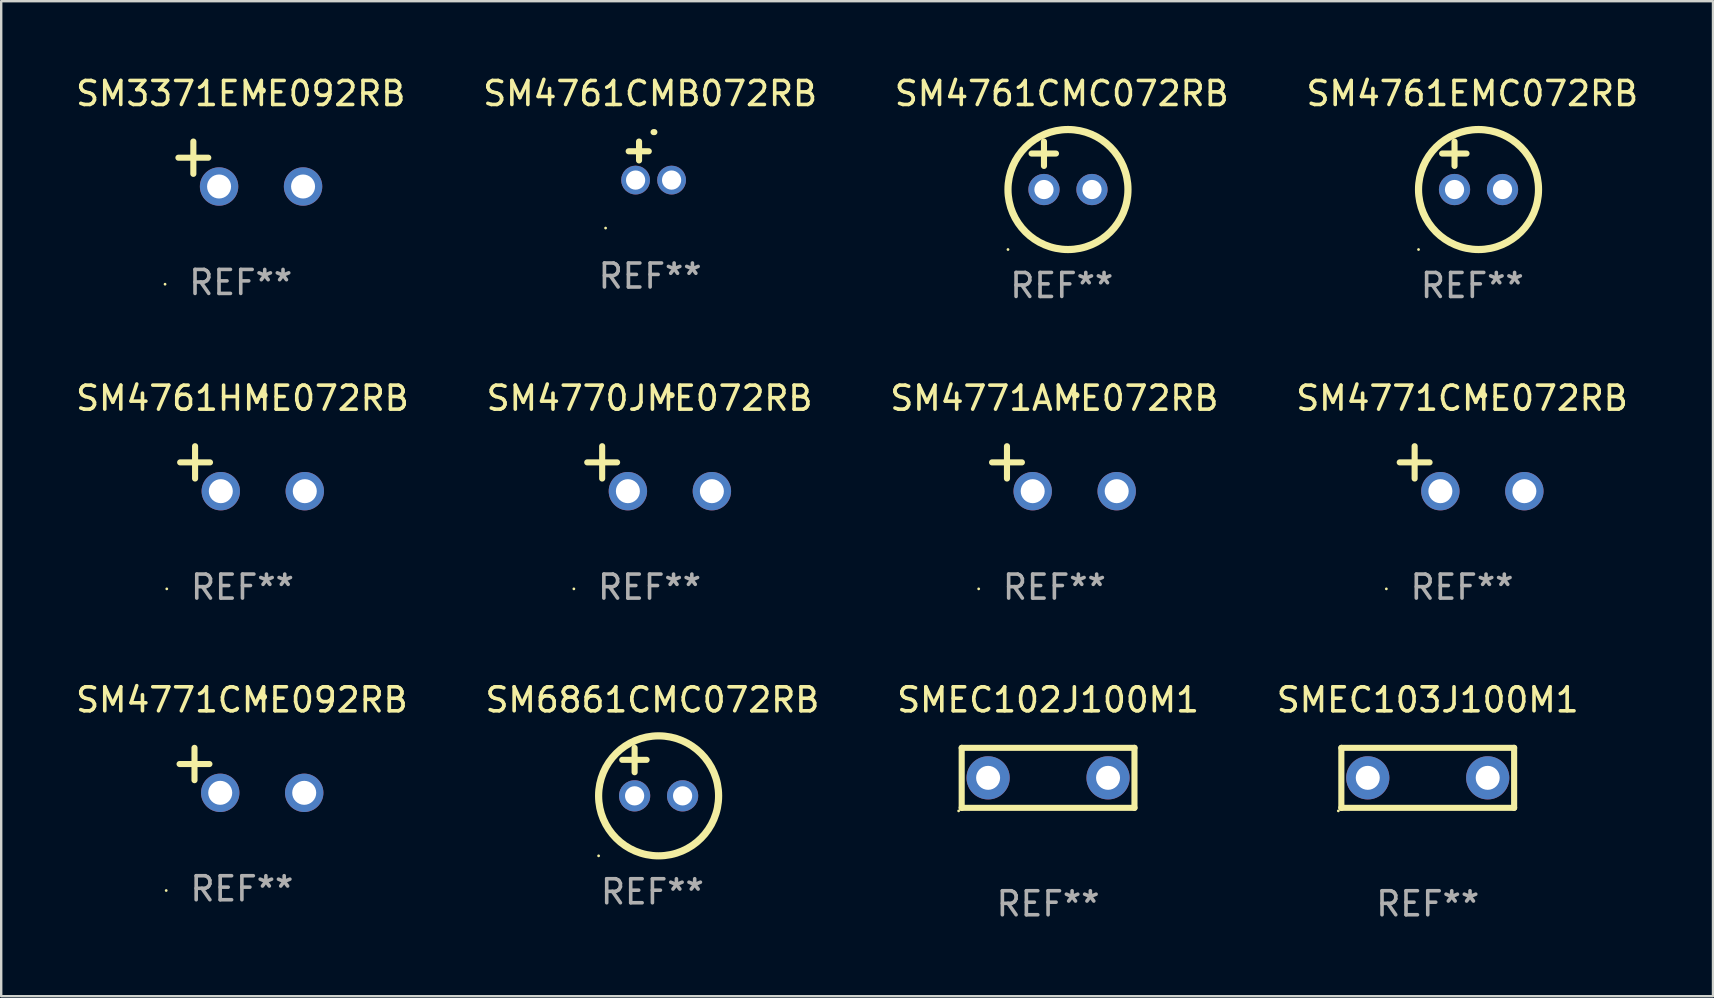
<source format=kicad_pcb>
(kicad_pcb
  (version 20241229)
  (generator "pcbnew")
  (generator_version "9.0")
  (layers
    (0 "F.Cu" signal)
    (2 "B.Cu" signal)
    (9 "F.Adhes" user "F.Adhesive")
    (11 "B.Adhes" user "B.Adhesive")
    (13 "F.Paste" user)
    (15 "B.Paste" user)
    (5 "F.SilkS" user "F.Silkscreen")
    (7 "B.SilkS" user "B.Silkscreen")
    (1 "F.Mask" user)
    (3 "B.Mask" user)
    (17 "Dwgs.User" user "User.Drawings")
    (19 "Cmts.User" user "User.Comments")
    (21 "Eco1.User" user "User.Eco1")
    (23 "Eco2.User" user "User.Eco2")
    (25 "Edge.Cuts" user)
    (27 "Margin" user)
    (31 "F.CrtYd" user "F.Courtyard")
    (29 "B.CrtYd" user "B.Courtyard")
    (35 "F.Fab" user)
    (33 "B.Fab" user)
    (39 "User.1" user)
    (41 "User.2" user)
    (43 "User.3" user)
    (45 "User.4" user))
  (footprint "SM4761EMC072RB"
    (layer "F.Cu")
    (at 58.304 3.848)
    (property "Reference" "SM4761EMC072RB" (at 0 -3 0) (layer "F.SilkS") (effects (font (size 1 1) (thickness 0.15))))
    (attr through_hole)
    (fp_line (start -1.258 -0.5) (end -0.242 -0.5) (stroke (width 0.254) (type solid)) (layer "F.SilkS"))
    (fp_line (start -0.742 -1) (end -0.742 0.016) (stroke (width 0.254) (type solid)) (layer "F.SilkS"))
    (fp_circle (center -2.242 3.5) (end -2.212 3.5) (stroke (width 0.06) (type solid)) (fill no) (layer "F.SilkS"))
    (fp_circle (center 0.258 1) (end 2.758 1) (stroke (width 0.3) (type solid)) (fill no) (layer "F.SilkS"))
    (fp_text user "REF**" (at 0 5 0) (layer "F.Fab") (effects (font (size 1 1) (thickness 0.15))))
    (pad "1" thru_hole circle (at -0.742 1) (size 1.3 1.3) (drill 0.8) (layers "*.Cu" "*.Mask"))
    (pad "2" thru_hole circle (at 1.258 1) (size 1.3 1.3) (drill 0.8) (layers "*.Cu" "*.Mask")))
  (footprint "SMEC103J100M1"
    (layer "F.Cu")
    (at 56.446 29.364)
    (property "Reference" "SMEC103J100M1" (at 0 -3.25 0) (layer "F.SilkS") (effects (font (size 1 1) (thickness 0.15))))
    (attr through_hole)
    (fp_line (start -3.6 -1.25) (end 3.6 -1.25) (stroke (width 0.254) (type solid)) (layer "F.SilkS"))
    (fp_line (start -3.6 1.25) (end -3.6 -1.25) (stroke (width 0.254) (type solid)) (layer "F.SilkS"))
    (fp_line (start -3.6 1.25) (end 3.6 1.25) (stroke (width 0.254) (type solid)) (layer "F.SilkS"))
    (fp_line (start 3.6 -1.25) (end 3.6 1.25) (stroke (width 0.254) (type solid)) (layer "F.SilkS"))
    (fp_circle (center -3.727 1.377) (end -3.697 1.377) (stroke (width 0.06) (type solid)) (fill no) (layer "F.SilkS"))
    (fp_text user "REF**" (at 0 5.25 0) (layer "F.Fab") (effects (font (size 1 1) (thickness 0.15))))
    (pad "1" thru_hole circle (at -2.499 -0.000013) (size 1.8 1.8) (drill 1) (layers "*.Cu" "*.Mask"))
    (pad "2" thru_hole circle (at 2.499 -0.000013) (size 1.8 1.8) (drill 1) (layers "*.Cu" "*.Mask")))
  (footprint "SM4771CME072RB"
    (layer "F.Cu")
    (at 57.875 16.481)
    (property "Reference" "SM4771CME072RB" (at 0 -2.937 0) (layer "F.SilkS") (effects (font (size 1 1) (thickness 0.15))))
    (attr through_hole)
    (fp_line (start -1.975 0.41) (end -1.975 -0.937) (stroke (width 0.254) (type solid)) (layer "F.SilkS"))
    (fp_line (start -1.353 -0.263) (end -2.597 -0.263) (stroke (width 0.254) (type solid)) (layer "F.SilkS"))
    (fp_arc (start 0.849809 -3.063957) (mid 0.885369 -3.064114) (end 0.920929 -3.063957) (stroke (width 0.254001) (type solid)) (layer "F.SilkS"))
    (fp_circle (center -3.154 5.008) (end -3.124 5.008) (stroke (width 0.06) (type solid)) (fill no) (layer "F.SilkS"))
    (fp_text user "REF**" (at 0 4.937 0) (layer "F.Fab") (effects (font (size 1 1) (thickness 0.15))))
    (pad "1" thru_hole circle (at -0.903 0.937) (size 1.6 1.6) (drill 1) (layers "*.Cu" "*.Mask"))
    (pad "2" thru_hole circle (at 2.597 0.937) (size 1.6 1.6) (drill 1) (layers "*.Cu" "*.Mask")))
  (footprint "SM4761CMC072RB"
    (layer "F.Cu")
    (at 41.196 3.848)
    (property "Reference" "SM4761CMC072RB" (at 0 -3 0) (layer "F.SilkS") (effects (font (size 1 1) (thickness 0.15))))
    (attr through_hole)
    (fp_line (start -1.258 -0.5) (end -0.242 -0.5) (stroke (width 0.254) (type solid)) (layer "F.SilkS"))
    (fp_line (start -0.742 -1) (end -0.742 0.016) (stroke (width 0.254) (type solid)) (layer "F.SilkS"))
    (fp_circle (center -2.242 3.5) (end -2.212 3.5) (stroke (width 0.06) (type solid)) (fill no) (layer "F.SilkS"))
    (fp_circle (center 0.258 1) (end 2.758 1) (stroke (width 0.3) (type solid)) (fill no) (layer "F.SilkS"))
    (fp_text user "REF**" (at 0 5 0) (layer "F.Fab") (effects (font (size 1 1) (thickness 0.15))))
    (pad "1" thru_hole circle (at -0.742 1) (size 1.3 1.3) (drill 0.8) (layers "*.Cu" "*.Mask"))
    (pad "2" thru_hole circle (at 1.258 1) (size 1.3 1.3) (drill 0.8) (layers "*.Cu" "*.Mask")))
  (footprint "SMEC102J100M1"
    (layer "F.Cu")
    (at 40.625 29.364)
    (property "Reference" "SMEC102J100M1" (at 0 -3.25 0) (layer "F.SilkS") (effects (font (size 1 1) (thickness 0.15))))
    (attr through_hole)
    (fp_line (start -3.6 -1.25) (end 3.6 -1.25) (stroke (width 0.254) (type solid)) (layer "F.SilkS"))
    (fp_line (start -3.6 1.25) (end -3.6 -1.25) (stroke (width 0.254) (type solid)) (layer "F.SilkS"))
    (fp_line (start -3.6 1.25) (end 3.6 1.25) (stroke (width 0.254) (type solid)) (layer "F.SilkS"))
    (fp_line (start 3.6 -1.25) (end 3.6 1.25) (stroke (width 0.254) (type solid)) (layer "F.SilkS"))
    (fp_circle (center -3.727 1.377) (end -3.697 1.377) (stroke (width 0.06) (type solid)) (fill no) (layer "F.SilkS"))
    (fp_text user "REF**" (at 0 5.25 0) (layer "F.Fab") (effects (font (size 1 1) (thickness 0.15))))
    (pad "1" thru_hole circle (at -2.499 -0.000013) (size 1.8 1.8) (drill 1) (layers "*.Cu" "*.Mask"))
    (pad "2" thru_hole circle (at 2.499 -0.000013) (size 1.8 1.8) (drill 1) (layers "*.Cu" "*.Mask")))
  (footprint "SM4770JME072RB"
    (layer "F.Cu")
    (at 24.018 16.481)
    (property "Reference" "SM4770JME072RB" (at 0 -2.937 0) (layer "F.SilkS") (effects (font (size 1 1) (thickness 0.15))))
    (attr through_hole)
    (fp_line (start -1.975 0.41) (end -1.975 -0.937) (stroke (width 0.254) (type solid)) (layer "F.SilkS"))
    (fp_line (start -1.353 -0.263) (end -2.597 -0.263) (stroke (width 0.254) (type solid)) (layer "F.SilkS"))
    (fp_arc (start 0.849809 -3.063957) (mid 0.885369 -3.064114) (end 0.920929 -3.063957) (stroke (width 0.254001) (type solid)) (layer "F.SilkS"))
    (fp_circle (center -3.154 5.008) (end -3.124 5.008) (stroke (width 0.06) (type solid)) (fill no) (layer "F.SilkS"))
    (fp_text user "REF**" (at 0 4.937 0) (layer "F.Fab") (effects (font (size 1 1) (thickness 0.15))))
    (pad "1" thru_hole circle (at -0.903 0.937) (size 1.6 1.6) (drill 1) (layers "*.Cu" "*.Mask"))
    (pad "2" thru_hole circle (at 2.597 0.937) (size 1.6 1.6) (drill 1) (layers "*.Cu" "*.Mask")))
  (footprint "SM6861CMC072RB"
    (layer "F.Cu")
    (at 24.137 29.114)
    (property "Reference" "SM6861CMC072RB" (at 0 -3 0) (layer "F.SilkS") (effects (font (size 1 1) (thickness 0.15))))
    (attr through_hole)
    (fp_line (start -1.258 -0.5) (end -0.242 -0.5) (stroke (width 0.254) (type solid)) (layer "F.SilkS"))
    (fp_line (start -0.742 -1) (end -0.742 0.016) (stroke (width 0.254) (type solid)) (layer "F.SilkS"))
    (fp_circle (center -2.242 3.5) (end -2.212 3.5) (stroke (width 0.06) (type solid)) (fill no) (layer "F.SilkS"))
    (fp_circle (center 0.258 1) (end 2.758 1) (stroke (width 0.3) (type solid)) (fill no) (layer "F.SilkS"))
    (fp_text user "REF**" (at 0 5 0) (layer "F.Fab") (effects (font (size 1 1) (thickness 0.15))))
    (pad "1" thru_hole circle (at -0.742 1) (size 1.3 1.3) (drill 0.8) (layers "*.Cu" "*.Mask"))
    (pad "2" thru_hole circle (at 1.258 1) (size 1.3 1.3) (drill 0.8) (layers "*.Cu" "*.Mask")))
  (footprint "SM3371EME092RB"
    (layer "F.Cu")
    (at 6.982 3.785)
    (property "Reference" "SM3371EME092RB" (at 0 -2.937 0) (layer "F.SilkS") (effects (font (size 1 1) (thickness 0.15))))
    (attr through_hole)
    (fp_line (start -1.975 0.41) (end -1.975 -0.937) (stroke (width 0.254) (type solid)) (layer "F.SilkS"))
    (fp_line (start -1.353 -0.263) (end -2.597 -0.263) (stroke (width 0.254) (type solid)) (layer "F.SilkS"))
    (fp_arc (start 0.849809 -3.063957) (mid 0.885369 -3.064114) (end 0.920929 -3.063957) (stroke (width 0.254001) (type solid)) (layer "F.SilkS"))
    (fp_circle (center -3.154 5.008) (end -3.124 5.008) (stroke (width 0.06) (type solid)) (fill no) (layer "F.SilkS"))
    (fp_text user "REF**" (at 0 4.937 0) (layer "F.Fab") (effects (font (size 1 1) (thickness 0.15))))
    (pad "1" thru_hole circle (at -0.903 0.937) (size 1.6 1.6) (drill 1) (layers "*.Cu" "*.Mask"))
    (pad "2" thru_hole circle (at 2.597 0.937) (size 1.6 1.6) (drill 1) (layers "*.Cu" "*.Mask")))
  (footprint "SM4771CME092RB"
    (layer "F.Cu")
    (at 7.03 29.051)
    (property "Reference" "SM4771CME092RB" (at 0 -2.937 0) (layer "F.SilkS") (effects (font (size 1 1) (thickness 0.15))))
    (attr through_hole)
    (fp_line (start -1.975 0.41) (end -1.975 -0.937) (stroke (width 0.254) (type solid)) (layer "F.SilkS"))
    (fp_line (start -1.353 -0.263) (end -2.597 -0.263) (stroke (width 0.254) (type solid)) (layer "F.SilkS"))
    (fp_arc (start 0.849809 -3.063957) (mid 0.885369 -3.064114) (end 0.920929 -3.063957) (stroke (width 0.254001) (type solid)) (layer "F.SilkS"))
    (fp_circle (center -3.154 5.008) (end -3.124 5.008) (stroke (width 0.06) (type solid)) (fill no) (layer "F.SilkS"))
    (fp_text user "REF**" (at 0 4.937 0) (layer "F.Fab") (effects (font (size 1 1) (thickness 0.15))))
    (pad "1" thru_hole circle (at -0.903 0.937) (size 1.6 1.6) (drill 1) (layers "*.Cu" "*.Mask"))
    (pad "2" thru_hole circle (at 2.597 0.937) (size 1.6 1.6) (drill 1) (layers "*.Cu" "*.Mask")))
  (footprint "SM4771AME072RB"
    (layer "F.Cu")
    (at 40.887 16.481)
    (property "Reference" "SM4771AME072RB" (at 0 -2.937 0) (layer "F.SilkS") (effects (font (size 1 1) (thickness 0.15))))
    (attr through_hole)
    (fp_line (start -1.975 0.41) (end -1.975 -0.937) (stroke (width 0.254) (type solid)) (layer "F.SilkS"))
    (fp_line (start -1.353 -0.263) (end -2.597 -0.263) (stroke (width 0.254) (type solid)) (layer "F.SilkS"))
    (fp_arc (start 0.849809 -3.063957) (mid 0.885369 -3.064114) (end 0.920929 -3.063957) (stroke (width 0.254001) (type solid)) (layer "F.SilkS"))
    (fp_circle (center -3.154 5.008) (end -3.124 5.008) (stroke (width 0.06) (type solid)) (fill no) (layer "F.SilkS"))
    (fp_text user "REF**" (at 0 4.937 0) (layer "F.Fab") (effects (font (size 1 1) (thickness 0.15))))
    (pad "1" thru_hole circle (at -0.903 0.937) (size 1.6 1.6) (drill 1) (layers "*.Cu" "*.Mask"))
    (pad "2" thru_hole circle (at 2.597 0.937) (size 1.6 1.6) (drill 1) (layers "*.Cu" "*.Mask")))
  (footprint "SM4761CMB072RB"
    (layer "F.Cu")
    (at 24.042 3.651)
    (property "Reference" "SM4761CMB072RB" (at 0 -2.803 0) (layer "F.SilkS") (effects (font (size 1 1) (thickness 0.15))))
    (attr through_hole)
    (fp_line (start -0.462 -0.016) (end -0.462 -0.803) (stroke (width 0.254) (type solid)) (layer "F.SilkS"))
    (fp_line (start -0.056 -0.397) (end -0.894 -0.397) (stroke (width 0.254) (type solid)) (layer "F.SilkS"))
    (fp_arc (start 0.142799 -1.195784) (mid 0.159309 -1.195852) (end 0.175819 -1.195784) (stroke (width 0.254001) (type solid)) (layer "F.SilkS"))
    (fp_circle (center -1.856 2.803) (end -1.826 2.803) (stroke (width 0.06) (type solid)) (fill no) (layer "F.SilkS"))
    (fp_text user "REF**" (at 0 4.803 0) (layer "F.Fab") (effects (font (size 1 1) (thickness 0.15))))
    (pad "1" thru_hole circle (at -0.606 0.803) (size 1.2 1.2) (drill 0.8) (layers "*.Cu" "*.Mask"))
    (pad "2" thru_hole circle (at 0.894 0.803) (size 1.2 1.2) (drill 0.8) (layers "*.Cu" "*.Mask")))
  (footprint "SM4761HME072RB"
    (layer "F.Cu")
    (at 7.054 16.481)
    (property "Reference" "SM4761HME072RB" (at 0 -2.937 0) (layer "F.SilkS") (effects (font (size 1 1) (thickness 0.15))))
    (attr through_hole)
    (fp_line (start -1.975 0.41) (end -1.975 -0.937) (stroke (width 0.254) (type solid)) (layer "F.SilkS"))
    (fp_line (start -1.353 -0.263) (end -2.597 -0.263) (stroke (width 0.254) (type solid)) (layer "F.SilkS"))
    (fp_arc (start 0.849809 -3.063957) (mid 0.885369 -3.064114) (end 0.920929 -3.063957) (stroke (width 0.254001) (type solid)) (layer "F.SilkS"))
    (fp_circle (center -3.154 5.008) (end -3.124 5.008) (stroke (width 0.06) (type solid)) (fill no) (layer "F.SilkS"))
    (fp_text user "REF**" (at 0 4.937 0) (layer "F.Fab") (effects (font (size 1 1) (thickness 0.15))))
    (pad "1" thru_hole circle (at -0.903 0.937) (size 1.6 1.6) (drill 1) (layers "*.Cu" "*.Mask"))
    (pad "2" thru_hole circle (at 2.597 0.937) (size 1.6 1.6) (drill 1) (layers "*.Cu" "*.Mask")))
  (gr_rect
    (start -3 -3)
    (end 68.333 38.463)
    (stroke (width 0.1) (type default))
    (fill no)
    (layer "Edge.Cuts")))
</source>
